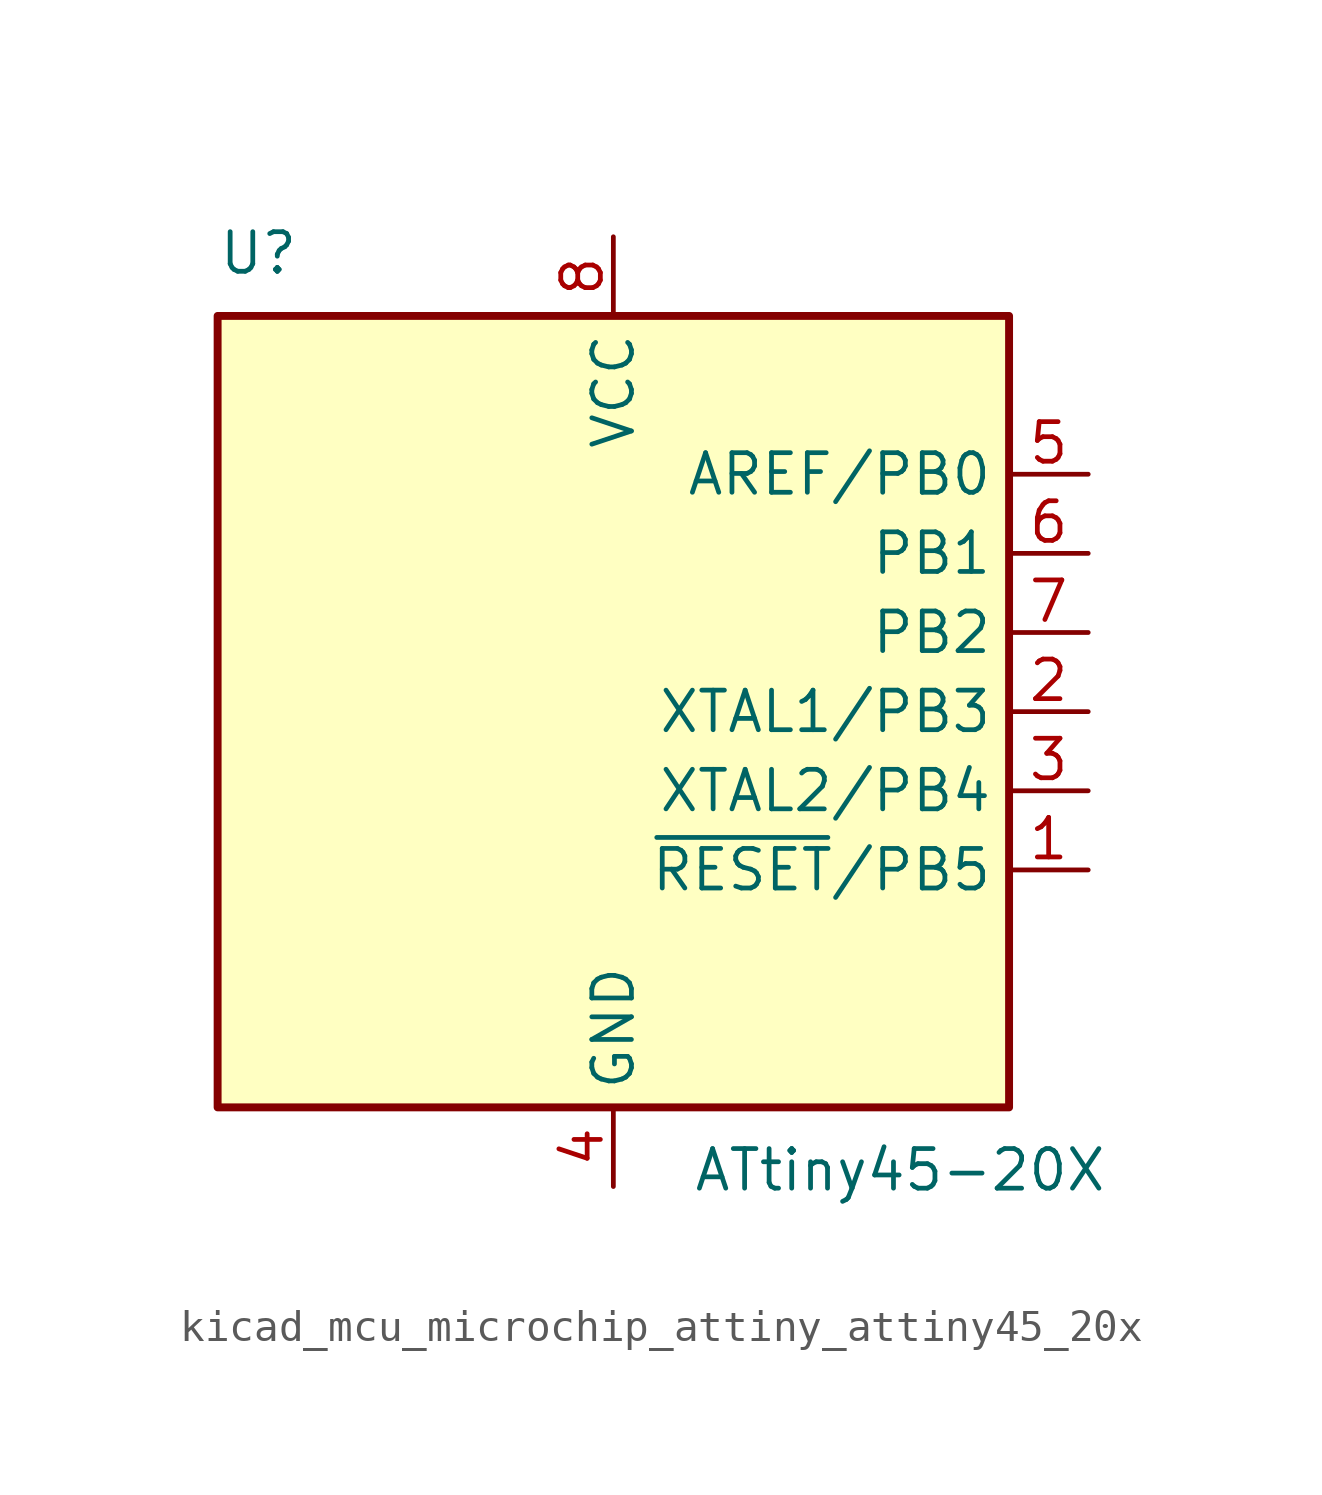
<source format=kicad_sym>
(kicad_symbol_lib
  (version 20220914)
  (generator kicad_symbol_editor)
  (symbol "kicad_mcu_microchip_attiny_attiny45_20x"
    (property "Reference" "U"
      (at -12.7 13.97 0)
      (effects (font (size 1.27 1.27)) (justify left bottom)))
    (property "Value" "ATtiny45-20X"
      (at 2.54 -13.97 0)
      (effects (font (size 1.27 1.27)) (justify left top)))
    (symbol "kicad_mcu_microchip_attiny_attiny45_20x_0_1"
      (rectangle (start -12.7 -12.7) (end 12.7 12.7) (stroke (width 0.254) (type default)) (fill (type background))))
    (symbol "kicad_mcu_microchip_attiny_attiny45_20x_1_1"
      (pin bidirectional line (at 15.24 -5.08 180) (length 2.54) (name "~{RESET}/PB5" (effects (font (size 1.27 1.27)))) (number "1" (effects (font (size 1.27 1.27)))))
      (pin bidirectional line (at 15.24 0 180) (length 2.54) (name "XTAL1/PB3" (effects (font (size 1.27 1.27)))) (number "2" (effects (font (size 1.27 1.27)))))
      (pin bidirectional line (at 15.24 -2.54 180) (length 2.54) (name "XTAL2/PB4" (effects (font (size 1.27 1.27)))) (number "3" (effects (font (size 1.27 1.27)))))
      (pin power_in line (at 0 -15.24 90) (length 2.54) (name "GND" (effects (font (size 1.27 1.27)))) (number "4" (effects (font (size 1.27 1.27)))))
      (pin bidirectional line (at 15.24 7.62 180) (length 2.54) (name "AREF/PB0" (effects (font (size 1.27 1.27)))) (number "5" (effects (font (size 1.27 1.27)))))
      (pin bidirectional line (at 15.24 5.08 180) (length 2.54) (name "PB1" (effects (font (size 1.27 1.27)))) (number "6" (effects (font (size 1.27 1.27)))))
      (pin bidirectional line (at 15.24 2.54 180) (length 2.54) (name "PB2" (effects (font (size 1.27 1.27)))) (number "7" (effects (font (size 1.27 1.27)))))
      (pin power_in line (at 0 15.24 270) (length 2.54) (name "VCC" (effects (font (size 1.27 1.27)))) (number "8" (effects (font (size 1.27 1.27))))))))
</source>
